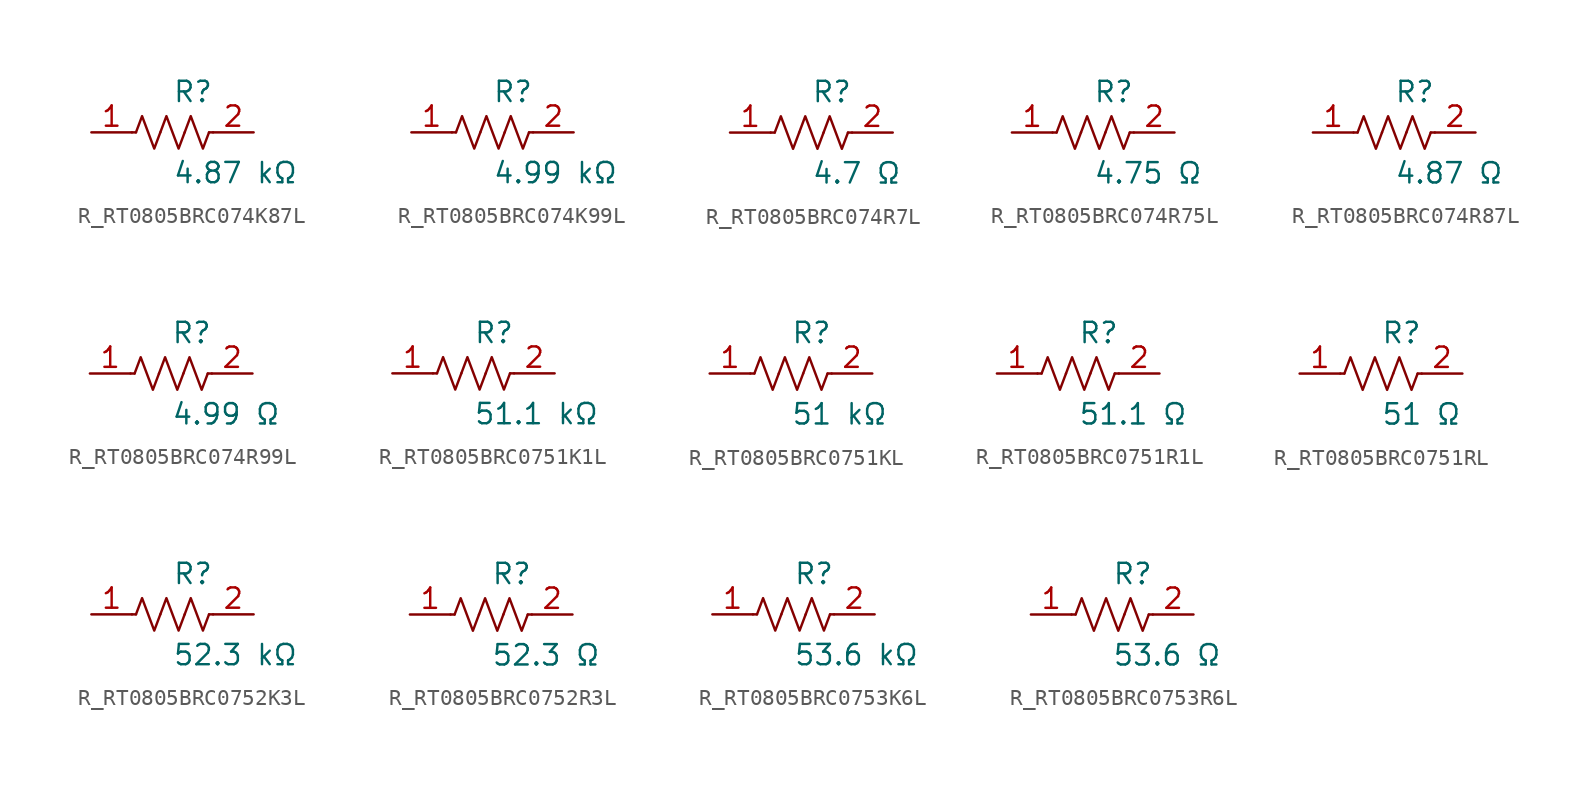
<source format=kicad_sym>
(kicad_symbol_lib
  (version 20231120)
  (generator kicad_symbol_editor)
  (generator_version 8.0)
  (symbol "R_RT0805BRC074K87L"
    (pin_names
      (offset 0.254))
    (property "Reference" "R"
      (at 0 2.54 0)
      (effects (font (size 1.27 1.27)) (justify left)))
    (property "Value" "4.87 kΩ"
      (at 0 -2.54 0)
      (effects (font (size 1.27 1.27)) (justify left)))
    (symbol "R_RT0805BRC074K87L_0_1"
      (polyline (pts (xy 2.286 0) (xy 2.54 0)) (stroke (width 0) (type default)) (fill (type none)))
      (polyline (pts (xy -2.286 0) (xy -2.54 0)) (stroke (width 0) (type default)) (fill (type none)))
      (polyline (pts (xy 0.762 0) (xy 1.143 1.016) (xy 1.524 0) (xy 1.905 -1.016) (xy 2.286 0)) (stroke (width 0) (type default)) (fill (type none)))
      (polyline (pts (xy -0.762 0) (xy -0.381 1.016) (xy 0 0) (xy 0.381 -1.016) (xy 0.762 0)) (stroke (width 0) (type default)) (fill (type none)))
      (polyline (pts (xy -2.286 0) (xy -1.905 1.016) (xy -1.524 0) (xy -1.143 -1.016) (xy -0.762 0)) (stroke (width 0) (type default)) (fill (type none))))
    (pin unspecified line
      (at -5.08 0 0)
      (length 2.54)
      (name "" (effects (font (size 1.27 1.27))))
      (number "1" (effects (font (size 1.27 1.27)))))
    (pin unspecified line
      (at 5.08 0 180)
      (length 2.54)
      (name "" (effects (font (size 1.27 1.27))))
      (number "2" (effects (font (size 1.27 1.27))))))
  (symbol "R_RT0805BRC074K99L"
    (pin_names
      (offset 0.254))
    (property "Reference" "R"
      (at 0 2.54 0)
      (effects (font (size 1.27 1.27)) (justify left)))
    (property "Value" "4.99 kΩ"
      (at 0 -2.54 0)
      (effects (font (size 1.27 1.27)) (justify left)))
    (symbol "R_RT0805BRC074K99L_0_1"
      (polyline (pts (xy 2.286 0) (xy 2.54 0)) (stroke (width 0) (type default)) (fill (type none)))
      (polyline (pts (xy -2.286 0) (xy -2.54 0)) (stroke (width 0) (type default)) (fill (type none)))
      (polyline (pts (xy 0.762 0) (xy 1.143 1.016) (xy 1.524 0) (xy 1.905 -1.016) (xy 2.286 0)) (stroke (width 0) (type default)) (fill (type none)))
      (polyline (pts (xy -0.762 0) (xy -0.381 1.016) (xy 0 0) (xy 0.381 -1.016) (xy 0.762 0)) (stroke (width 0) (type default)) (fill (type none)))
      (polyline (pts (xy -2.286 0) (xy -1.905 1.016) (xy -1.524 0) (xy -1.143 -1.016) (xy -0.762 0)) (stroke (width 0) (type default)) (fill (type none))))
    (pin unspecified line
      (at -5.08 0 0)
      (length 2.54)
      (name "" (effects (font (size 1.27 1.27))))
      (number "1" (effects (font (size 1.27 1.27)))))
    (pin unspecified line
      (at 5.08 0 180)
      (length 2.54)
      (name "" (effects (font (size 1.27 1.27))))
      (number "2" (effects (font (size 1.27 1.27))))))
  (symbol "R_RT0805BRC074R7L"
    (pin_names
      (offset 0.254))
    (property "Reference" "R"
      (at 0 2.54 0)
      (effects (font (size 1.27 1.27)) (justify left)))
    (property "Value" "4.7 Ω"
      (at 0 -2.54 0)
      (effects (font (size 1.27 1.27)) (justify left)))
    (symbol "R_RT0805BRC074R7L_0_1"
      (polyline (pts (xy 2.286 0) (xy 2.54 0)) (stroke (width 0) (type default)) (fill (type none)))
      (polyline (pts (xy -2.286 0) (xy -2.54 0)) (stroke (width 0) (type default)) (fill (type none)))
      (polyline (pts (xy 0.762 0) (xy 1.143 1.016) (xy 1.524 0) (xy 1.905 -1.016) (xy 2.286 0)) (stroke (width 0) (type default)) (fill (type none)))
      (polyline (pts (xy -0.762 0) (xy -0.381 1.016) (xy 0 0) (xy 0.381 -1.016) (xy 0.762 0)) (stroke (width 0) (type default)) (fill (type none)))
      (polyline (pts (xy -2.286 0) (xy -1.905 1.016) (xy -1.524 0) (xy -1.143 -1.016) (xy -0.762 0)) (stroke (width 0) (type default)) (fill (type none))))
    (pin unspecified line
      (at -5.08 0 0)
      (length 2.54)
      (name "" (effects (font (size 1.27 1.27))))
      (number "1" (effects (font (size 1.27 1.27)))))
    (pin unspecified line
      (at 5.08 0 180)
      (length 2.54)
      (name "" (effects (font (size 1.27 1.27))))
      (number "2" (effects (font (size 1.27 1.27))))))
  (symbol "R_RT0805BRC074R75L"
    (pin_names
      (offset 0.254))
    (property "Reference" "R"
      (at 0 2.54 0)
      (effects (font (size 1.27 1.27)) (justify left)))
    (property "Value" "4.75 Ω"
      (at 0 -2.54 0)
      (effects (font (size 1.27 1.27)) (justify left)))
    (symbol "R_RT0805BRC074R75L_0_1"
      (polyline (pts (xy 2.286 0) (xy 2.54 0)) (stroke (width 0) (type default)) (fill (type none)))
      (polyline (pts (xy -2.286 0) (xy -2.54 0)) (stroke (width 0) (type default)) (fill (type none)))
      (polyline (pts (xy 0.762 0) (xy 1.143 1.016) (xy 1.524 0) (xy 1.905 -1.016) (xy 2.286 0)) (stroke (width 0) (type default)) (fill (type none)))
      (polyline (pts (xy -0.762 0) (xy -0.381 1.016) (xy 0 0) (xy 0.381 -1.016) (xy 0.762 0)) (stroke (width 0) (type default)) (fill (type none)))
      (polyline (pts (xy -2.286 0) (xy -1.905 1.016) (xy -1.524 0) (xy -1.143 -1.016) (xy -0.762 0)) (stroke (width 0) (type default)) (fill (type none))))
    (pin unspecified line
      (at -5.08 0 0)
      (length 2.54)
      (name "" (effects (font (size 1.27 1.27))))
      (number "1" (effects (font (size 1.27 1.27)))))
    (pin unspecified line
      (at 5.08 0 180)
      (length 2.54)
      (name "" (effects (font (size 1.27 1.27))))
      (number "2" (effects (font (size 1.27 1.27))))))
  (symbol "R_RT0805BRC074R87L"
    (pin_names
      (offset 0.254))
    (property "Reference" "R"
      (at 0 2.54 0)
      (effects (font (size 1.27 1.27)) (justify left)))
    (property "Value" "4.87 Ω"
      (at 0 -2.54 0)
      (effects (font (size 1.27 1.27)) (justify left)))
    (symbol "R_RT0805BRC074R87L_0_1"
      (polyline (pts (xy 2.286 0) (xy 2.54 0)) (stroke (width 0) (type default)) (fill (type none)))
      (polyline (pts (xy -2.286 0) (xy -2.54 0)) (stroke (width 0) (type default)) (fill (type none)))
      (polyline (pts (xy 0.762 0) (xy 1.143 1.016) (xy 1.524 0) (xy 1.905 -1.016) (xy 2.286 0)) (stroke (width 0) (type default)) (fill (type none)))
      (polyline (pts (xy -0.762 0) (xy -0.381 1.016) (xy 0 0) (xy 0.381 -1.016) (xy 0.762 0)) (stroke (width 0) (type default)) (fill (type none)))
      (polyline (pts (xy -2.286 0) (xy -1.905 1.016) (xy -1.524 0) (xy -1.143 -1.016) (xy -0.762 0)) (stroke (width 0) (type default)) (fill (type none))))
    (pin unspecified line
      (at -5.08 0 0)
      (length 2.54)
      (name "" (effects (font (size 1.27 1.27))))
      (number "1" (effects (font (size 1.27 1.27)))))
    (pin unspecified line
      (at 5.08 0 180)
      (length 2.54)
      (name "" (effects (font (size 1.27 1.27))))
      (number "2" (effects (font (size 1.27 1.27))))))
  (symbol "R_RT0805BRC074R99L"
    (pin_names
      (offset 0.254))
    (property "Reference" "R"
      (at 0 2.54 0)
      (effects (font (size 1.27 1.27)) (justify left)))
    (property "Value" "4.99 Ω"
      (at 0 -2.54 0)
      (effects (font (size 1.27 1.27)) (justify left)))
    (symbol "R_RT0805BRC074R99L_0_1"
      (polyline (pts (xy 2.286 0) (xy 2.54 0)) (stroke (width 0) (type default)) (fill (type none)))
      (polyline (pts (xy -2.286 0) (xy -2.54 0)) (stroke (width 0) (type default)) (fill (type none)))
      (polyline (pts (xy 0.762 0) (xy 1.143 1.016) (xy 1.524 0) (xy 1.905 -1.016) (xy 2.286 0)) (stroke (width 0) (type default)) (fill (type none)))
      (polyline (pts (xy -0.762 0) (xy -0.381 1.016) (xy 0 0) (xy 0.381 -1.016) (xy 0.762 0)) (stroke (width 0) (type default)) (fill (type none)))
      (polyline (pts (xy -2.286 0) (xy -1.905 1.016) (xy -1.524 0) (xy -1.143 -1.016) (xy -0.762 0)) (stroke (width 0) (type default)) (fill (type none))))
    (pin unspecified line
      (at -5.08 0 0)
      (length 2.54)
      (name "" (effects (font (size 1.27 1.27))))
      (number "1" (effects (font (size 1.27 1.27)))))
    (pin unspecified line
      (at 5.08 0 180)
      (length 2.54)
      (name "" (effects (font (size 1.27 1.27))))
      (number "2" (effects (font (size 1.27 1.27))))))
  (symbol "R_RT0805BRC0751K1L"
    (pin_names
      (offset 0.254))
    (property "Reference" "R"
      (at 0 2.54 0)
      (effects (font (size 1.27 1.27)) (justify left)))
    (property "Value" "51.1 kΩ"
      (at 0 -2.54 0)
      (effects (font (size 1.27 1.27)) (justify left)))
    (symbol "R_RT0805BRC0751K1L_0_1"
      (polyline (pts (xy 2.286 0) (xy 2.54 0)) (stroke (width 0) (type default)) (fill (type none)))
      (polyline (pts (xy -2.286 0) (xy -2.54 0)) (stroke (width 0) (type default)) (fill (type none)))
      (polyline (pts (xy 0.762 0) (xy 1.143 1.016) (xy 1.524 0) (xy 1.905 -1.016) (xy 2.286 0)) (stroke (width 0) (type default)) (fill (type none)))
      (polyline (pts (xy -0.762 0) (xy -0.381 1.016) (xy 0 0) (xy 0.381 -1.016) (xy 0.762 0)) (stroke (width 0) (type default)) (fill (type none)))
      (polyline (pts (xy -2.286 0) (xy -1.905 1.016) (xy -1.524 0) (xy -1.143 -1.016) (xy -0.762 0)) (stroke (width 0) (type default)) (fill (type none))))
    (pin unspecified line
      (at -5.08 0 0)
      (length 2.54)
      (name "" (effects (font (size 1.27 1.27))))
      (number "1" (effects (font (size 1.27 1.27)))))
    (pin unspecified line
      (at 5.08 0 180)
      (length 2.54)
      (name "" (effects (font (size 1.27 1.27))))
      (number "2" (effects (font (size 1.27 1.27))))))
  (symbol "R_RT0805BRC0751KL"
    (pin_names
      (offset 0.254))
    (property "Reference" "R"
      (at 0 2.54 0)
      (effects (font (size 1.27 1.27)) (justify left)))
    (property "Value" "51 kΩ"
      (at 0 -2.54 0)
      (effects (font (size 1.27 1.27)) (justify left)))
    (symbol "R_RT0805BRC0751KL_0_1"
      (polyline (pts (xy 2.286 0) (xy 2.54 0)) (stroke (width 0) (type default)) (fill (type none)))
      (polyline (pts (xy -2.286 0) (xy -2.54 0)) (stroke (width 0) (type default)) (fill (type none)))
      (polyline (pts (xy 0.762 0) (xy 1.143 1.016) (xy 1.524 0) (xy 1.905 -1.016) (xy 2.286 0)) (stroke (width 0) (type default)) (fill (type none)))
      (polyline (pts (xy -0.762 0) (xy -0.381 1.016) (xy 0 0) (xy 0.381 -1.016) (xy 0.762 0)) (stroke (width 0) (type default)) (fill (type none)))
      (polyline (pts (xy -2.286 0) (xy -1.905 1.016) (xy -1.524 0) (xy -1.143 -1.016) (xy -0.762 0)) (stroke (width 0) (type default)) (fill (type none))))
    (pin unspecified line
      (at -5.08 0 0)
      (length 2.54)
      (name "" (effects (font (size 1.27 1.27))))
      (number "1" (effects (font (size 1.27 1.27)))))
    (pin unspecified line
      (at 5.08 0 180)
      (length 2.54)
      (name "" (effects (font (size 1.27 1.27))))
      (number "2" (effects (font (size 1.27 1.27))))))
  (symbol "R_RT0805BRC0751R1L"
    (pin_names
      (offset 0.254))
    (property "Reference" "R"
      (at 0 2.54 0)
      (effects (font (size 1.27 1.27)) (justify left)))
    (property "Value" "51.1 Ω"
      (at 0 -2.54 0)
      (effects (font (size 1.27 1.27)) (justify left)))
    (symbol "R_RT0805BRC0751R1L_0_1"
      (polyline (pts (xy 2.286 0) (xy 2.54 0)) (stroke (width 0) (type default)) (fill (type none)))
      (polyline (pts (xy -2.286 0) (xy -2.54 0)) (stroke (width 0) (type default)) (fill (type none)))
      (polyline (pts (xy 0.762 0) (xy 1.143 1.016) (xy 1.524 0) (xy 1.905 -1.016) (xy 2.286 0)) (stroke (width 0) (type default)) (fill (type none)))
      (polyline (pts (xy -0.762 0) (xy -0.381 1.016) (xy 0 0) (xy 0.381 -1.016) (xy 0.762 0)) (stroke (width 0) (type default)) (fill (type none)))
      (polyline (pts (xy -2.286 0) (xy -1.905 1.016) (xy -1.524 0) (xy -1.143 -1.016) (xy -0.762 0)) (stroke (width 0) (type default)) (fill (type none))))
    (pin unspecified line
      (at -5.08 0 0)
      (length 2.54)
      (name "" (effects (font (size 1.27 1.27))))
      (number "1" (effects (font (size 1.27 1.27)))))
    (pin unspecified line
      (at 5.08 0 180)
      (length 2.54)
      (name "" (effects (font (size 1.27 1.27))))
      (number "2" (effects (font (size 1.27 1.27))))))
  (symbol "R_RT0805BRC0751RL"
    (pin_names
      (offset 0.254))
    (property "Reference" "R"
      (at 0 2.54 0)
      (effects (font (size 1.27 1.27)) (justify left)))
    (property "Value" "51 Ω"
      (at 0 -2.54 0)
      (effects (font (size 1.27 1.27)) (justify left)))
    (symbol "R_RT0805BRC0751RL_0_1"
      (polyline (pts (xy 2.286 0) (xy 2.54 0)) (stroke (width 0) (type default)) (fill (type none)))
      (polyline (pts (xy -2.286 0) (xy -2.54 0)) (stroke (width 0) (type default)) (fill (type none)))
      (polyline (pts (xy 0.762 0) (xy 1.143 1.016) (xy 1.524 0) (xy 1.905 -1.016) (xy 2.286 0)) (stroke (width 0) (type default)) (fill (type none)))
      (polyline (pts (xy -0.762 0) (xy -0.381 1.016) (xy 0 0) (xy 0.381 -1.016) (xy 0.762 0)) (stroke (width 0) (type default)) (fill (type none)))
      (polyline (pts (xy -2.286 0) (xy -1.905 1.016) (xy -1.524 0) (xy -1.143 -1.016) (xy -0.762 0)) (stroke (width 0) (type default)) (fill (type none))))
    (pin unspecified line
      (at -5.08 0 0)
      (length 2.54)
      (name "" (effects (font (size 1.27 1.27))))
      (number "1" (effects (font (size 1.27 1.27)))))
    (pin unspecified line
      (at 5.08 0 180)
      (length 2.54)
      (name "" (effects (font (size 1.27 1.27))))
      (number "2" (effects (font (size 1.27 1.27))))))
  (symbol "R_RT0805BRC0752K3L"
    (pin_names
      (offset 0.254))
    (property "Reference" "R"
      (at 0 2.54 0)
      (effects (font (size 1.27 1.27)) (justify left)))
    (property "Value" "52.3 kΩ"
      (at 0 -2.54 0)
      (effects (font (size 1.27 1.27)) (justify left)))
    (symbol "R_RT0805BRC0752K3L_0_1"
      (polyline (pts (xy 2.286 0) (xy 2.54 0)) (stroke (width 0) (type default)) (fill (type none)))
      (polyline (pts (xy -2.286 0) (xy -2.54 0)) (stroke (width 0) (type default)) (fill (type none)))
      (polyline (pts (xy 0.762 0) (xy 1.143 1.016) (xy 1.524 0) (xy 1.905 -1.016) (xy 2.286 0)) (stroke (width 0) (type default)) (fill (type none)))
      (polyline (pts (xy -0.762 0) (xy -0.381 1.016) (xy 0 0) (xy 0.381 -1.016) (xy 0.762 0)) (stroke (width 0) (type default)) (fill (type none)))
      (polyline (pts (xy -2.286 0) (xy -1.905 1.016) (xy -1.524 0) (xy -1.143 -1.016) (xy -0.762 0)) (stroke (width 0) (type default)) (fill (type none))))
    (pin unspecified line
      (at -5.08 0 0)
      (length 2.54)
      (name "" (effects (font (size 1.27 1.27))))
      (number "1" (effects (font (size 1.27 1.27)))))
    (pin unspecified line
      (at 5.08 0 180)
      (length 2.54)
      (name "" (effects (font (size 1.27 1.27))))
      (number "2" (effects (font (size 1.27 1.27))))))
  (symbol "R_RT0805BRC0752R3L"
    (pin_names
      (offset 0.254))
    (property "Reference" "R"
      (at 0 2.54 0)
      (effects (font (size 1.27 1.27)) (justify left)))
    (property "Value" "52.3 Ω"
      (at 0 -2.54 0)
      (effects (font (size 1.27 1.27)) (justify left)))
    (symbol "R_RT0805BRC0752R3L_0_1"
      (polyline (pts (xy 2.286 0) (xy 2.54 0)) (stroke (width 0) (type default)) (fill (type none)))
      (polyline (pts (xy -2.286 0) (xy -2.54 0)) (stroke (width 0) (type default)) (fill (type none)))
      (polyline (pts (xy 0.762 0) (xy 1.143 1.016) (xy 1.524 0) (xy 1.905 -1.016) (xy 2.286 0)) (stroke (width 0) (type default)) (fill (type none)))
      (polyline (pts (xy -0.762 0) (xy -0.381 1.016) (xy 0 0) (xy 0.381 -1.016) (xy 0.762 0)) (stroke (width 0) (type default)) (fill (type none)))
      (polyline (pts (xy -2.286 0) (xy -1.905 1.016) (xy -1.524 0) (xy -1.143 -1.016) (xy -0.762 0)) (stroke (width 0) (type default)) (fill (type none))))
    (pin unspecified line
      (at -5.08 0 0)
      (length 2.54)
      (name "" (effects (font (size 1.27 1.27))))
      (number "1" (effects (font (size 1.27 1.27)))))
    (pin unspecified line
      (at 5.08 0 180)
      (length 2.54)
      (name "" (effects (font (size 1.27 1.27))))
      (number "2" (effects (font (size 1.27 1.27))))))
  (symbol "R_RT0805BRC0753K6L"
    (pin_names
      (offset 0.254))
    (property "Reference" "R"
      (at 0 2.54 0)
      (effects (font (size 1.27 1.27)) (justify left)))
    (property "Value" "53.6 kΩ"
      (at 0 -2.54 0)
      (effects (font (size 1.27 1.27)) (justify left)))
    (symbol "R_RT0805BRC0753K6L_0_1"
      (polyline (pts (xy 2.286 0) (xy 2.54 0)) (stroke (width 0) (type default)) (fill (type none)))
      (polyline (pts (xy -2.286 0) (xy -2.54 0)) (stroke (width 0) (type default)) (fill (type none)))
      (polyline (pts (xy 0.762 0) (xy 1.143 1.016) (xy 1.524 0) (xy 1.905 -1.016) (xy 2.286 0)) (stroke (width 0) (type default)) (fill (type none)))
      (polyline (pts (xy -0.762 0) (xy -0.381 1.016) (xy 0 0) (xy 0.381 -1.016) (xy 0.762 0)) (stroke (width 0) (type default)) (fill (type none)))
      (polyline (pts (xy -2.286 0) (xy -1.905 1.016) (xy -1.524 0) (xy -1.143 -1.016) (xy -0.762 0)) (stroke (width 0) (type default)) (fill (type none))))
    (pin unspecified line
      (at -5.08 0 0)
      (length 2.54)
      (name "" (effects (font (size 1.27 1.27))))
      (number "1" (effects (font (size 1.27 1.27)))))
    (pin unspecified line
      (at 5.08 0 180)
      (length 2.54)
      (name "" (effects (font (size 1.27 1.27))))
      (number "2" (effects (font (size 1.27 1.27))))))
  (symbol "R_RT0805BRC0753R6L"
    (pin_names
      (offset 0.254))
    (property "Reference" "R"
      (at 0 2.54 0)
      (effects (font (size 1.27 1.27)) (justify left)))
    (property "Value" "53.6 Ω"
      (at 0 -2.54 0)
      (effects (font (size 1.27 1.27)) (justify left)))
    (symbol "R_RT0805BRC0753R6L_0_1"
      (polyline (pts (xy 2.286 0) (xy 2.54 0)) (stroke (width 0) (type default)) (fill (type none)))
      (polyline (pts (xy -2.286 0) (xy -2.54 0)) (stroke (width 0) (type default)) (fill (type none)))
      (polyline (pts (xy 0.762 0) (xy 1.143 1.016) (xy 1.524 0) (xy 1.905 -1.016) (xy 2.286 0)) (stroke (width 0) (type default)) (fill (type none)))
      (polyline (pts (xy -0.762 0) (xy -0.381 1.016) (xy 0 0) (xy 0.381 -1.016) (xy 0.762 0)) (stroke (width 0) (type default)) (fill (type none)))
      (polyline (pts (xy -2.286 0) (xy -1.905 1.016) (xy -1.524 0) (xy -1.143 -1.016) (xy -0.762 0)) (stroke (width 0) (type default)) (fill (type none))))
    (pin unspecified line
      (at -5.08 0 0)
      (length 2.54)
      (name "" (effects (font (size 1.27 1.27))))
      (number "1" (effects (font (size 1.27 1.27)))))
    (pin unspecified line
      (at 5.08 0 180)
      (length 2.54)
      (name "" (effects (font (size 1.27 1.27))))
      (number "2" (effects (font (size 1.27 1.27)))))))
</source>
